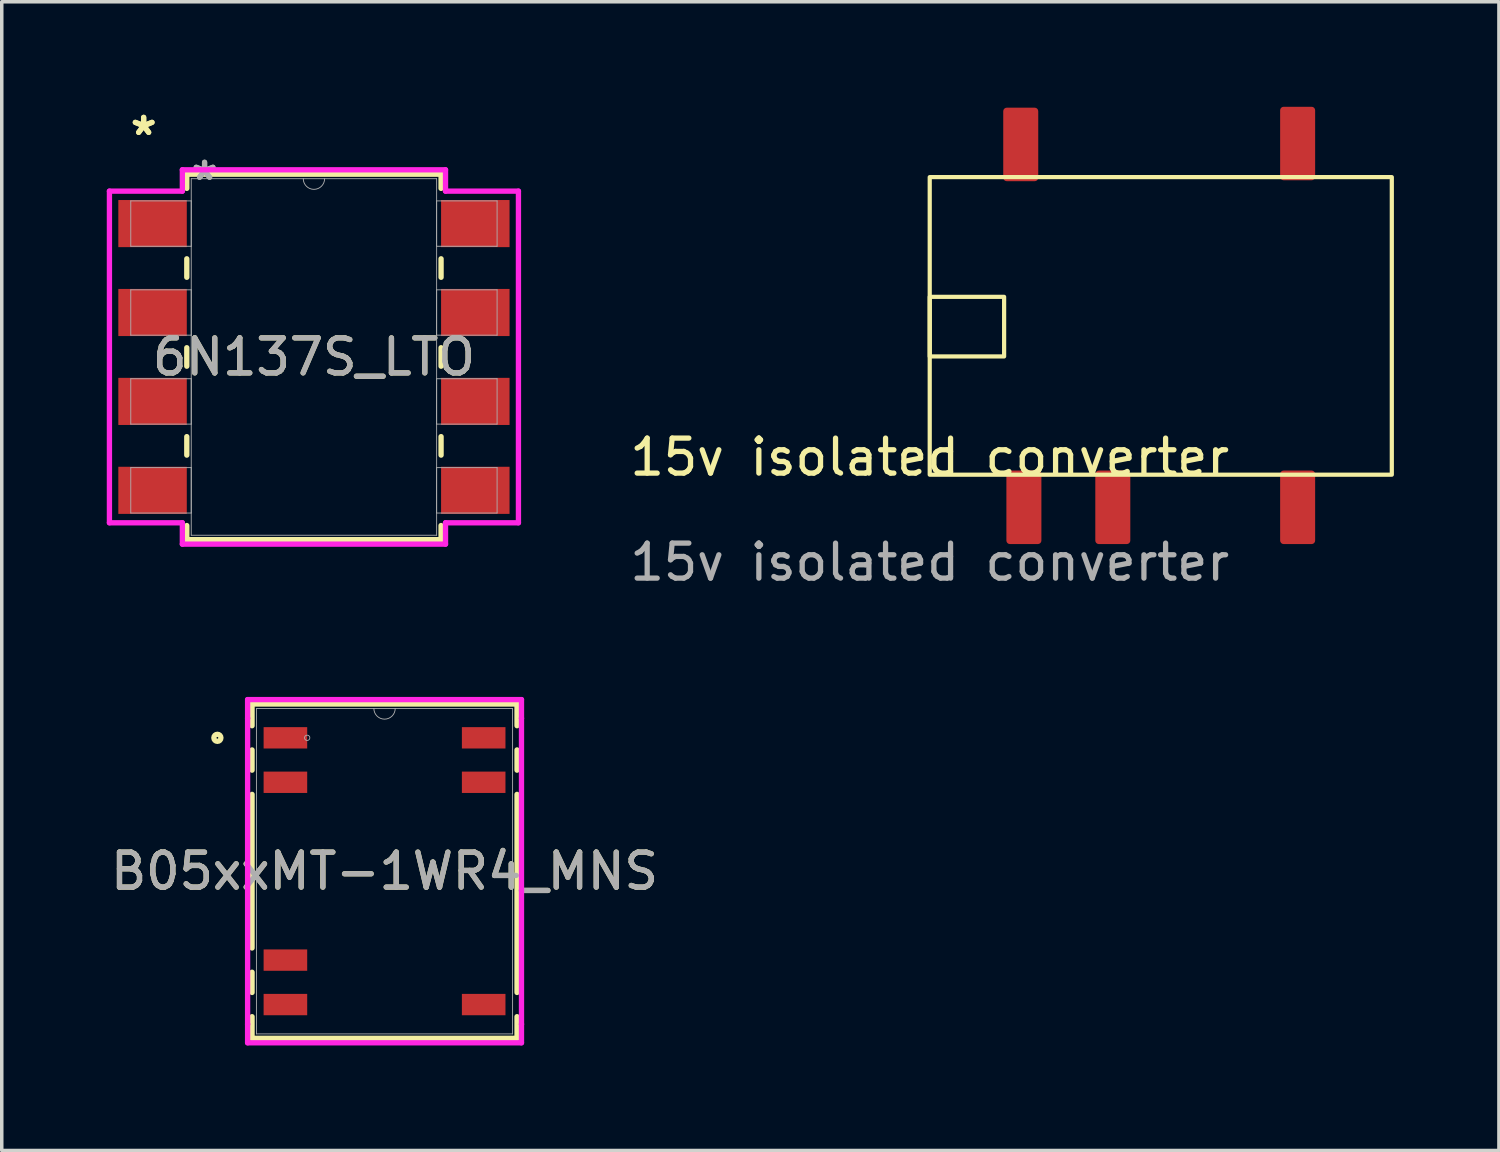
<source format=kicad_pcb>
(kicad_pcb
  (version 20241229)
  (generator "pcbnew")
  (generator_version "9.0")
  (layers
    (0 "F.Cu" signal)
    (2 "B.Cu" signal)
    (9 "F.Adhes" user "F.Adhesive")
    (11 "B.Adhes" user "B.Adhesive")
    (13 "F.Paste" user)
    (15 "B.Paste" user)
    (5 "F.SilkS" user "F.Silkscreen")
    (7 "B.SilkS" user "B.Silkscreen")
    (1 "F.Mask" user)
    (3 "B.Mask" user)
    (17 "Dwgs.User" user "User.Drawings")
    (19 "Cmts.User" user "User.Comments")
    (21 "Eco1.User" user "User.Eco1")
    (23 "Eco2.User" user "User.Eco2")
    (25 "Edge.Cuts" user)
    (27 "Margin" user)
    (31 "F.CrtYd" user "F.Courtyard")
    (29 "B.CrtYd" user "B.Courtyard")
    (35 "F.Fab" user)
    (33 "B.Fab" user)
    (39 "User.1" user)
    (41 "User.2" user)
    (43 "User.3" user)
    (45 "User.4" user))
  (footprint "B05xxMT-1WR4_MNS"
    (layer "F.Cu")
    (at 7.935 21.837)
    (property "Reference" "B05xxMT-1WR4_MNS" (at 0 0 0) (unlocked yes) (layer "F.SilkS") (effects (font (size 1 1) (thickness 0.15))))
    (attr smd)
    (fp_line (start -3.785 -4.775) (end -3.785 -4.156) (stroke (width 0.152) (type solid)) (layer "F.SilkS"))
    (fp_line (start -3.785 -3.464) (end -3.785 -2.886) (stroke (width 0.152) (type solid)) (layer "F.SilkS"))
    (fp_line (start -3.785 -2.194) (end -3.785 2.194) (stroke (width 0.152) (type solid)) (layer "F.SilkS"))
    (fp_line (start -3.785 2.886) (end -3.785 3.464) (stroke (width 0.152) (type solid)) (layer "F.SilkS"))
    (fp_line (start -3.785 4.156) (end -3.785 4.775) (stroke (width 0.152) (type solid)) (layer "F.SilkS"))
    (fp_line (start -3.785 4.775) (end 3.785 4.775) (stroke (width 0.152) (type solid)) (layer "F.SilkS"))
    (fp_line (start 3.785 -4.775) (end -3.785 -4.775) (stroke (width 0.152) (type solid)) (layer "F.SilkS"))
    (fp_line (start 3.785 -4.156) (end 3.785 -4.775) (stroke (width 0.152) (type solid)) (layer "F.SilkS"))
    (fp_line (start 3.785 -2.886) (end 3.785 -3.464) (stroke (width 0.152) (type solid)) (layer "F.SilkS"))
    (fp_line (start 3.785 3.464) (end 3.785 -2.194) (stroke (width 0.152) (type solid)) (layer "F.SilkS"))
    (fp_line (start 3.785 4.775) (end 3.785 4.156) (stroke (width 0.152) (type solid)) (layer "F.SilkS"))
    (fp_circle (center -4.775 -3.81) (end -4.674 -3.81) (stroke (width 0.152) (type solid)) (fill no) (layer "F.SilkS"))
    (fp_line (start -3.912 -4.902) (end 3.912 -4.902) (stroke (width 0.152) (type solid)) (layer "F.CrtYd"))
    (fp_line (start -3.912 -4.369) (end -3.912 -4.902) (stroke (width 0.152) (type solid)) (layer "F.CrtYd"))
    (fp_line (start -3.912 -4.369) (end -3.912 -4.369) (stroke (width 0.152) (type solid)) (layer "F.CrtYd"))
    (fp_line (start -3.912 4.369) (end -3.912 -4.369) (stroke (width 0.152) (type solid)) (layer "F.CrtYd"))
    (fp_line (start -3.912 4.369) (end -3.912 4.369) (stroke (width 0.152) (type solid)) (layer "F.CrtYd"))
    (fp_line (start -3.912 4.902) (end -3.912 4.369) (stroke (width 0.152) (type solid)) (layer "F.CrtYd"))
    (fp_line (start 3.912 -4.902) (end 3.912 -4.369) (stroke (width 0.152) (type solid)) (layer "F.CrtYd"))
    (fp_line (start 3.912 -4.369) (end 3.912 -4.369) (stroke (width 0.152) (type solid)) (layer "F.CrtYd"))
    (fp_line (start 3.912 -4.369) (end 3.912 4.369) (stroke (width 0.152) (type solid)) (layer "F.CrtYd"))
    (fp_line (start 3.912 4.369) (end 3.912 4.369) (stroke (width 0.152) (type solid)) (layer "F.CrtYd"))
    (fp_line (start 3.912 4.369) (end 3.912 4.902) (stroke (width 0.152) (type solid)) (layer "F.CrtYd"))
    (fp_line (start 3.912 4.902) (end -3.912 4.902) (stroke (width 0.152) (type solid)) (layer "F.CrtYd"))
    (fp_line (start -3.658 -4.648) (end -3.658 4.648) (stroke (width 0.025) (type solid)) (layer "F.Fab"))
    (fp_line (start -3.658 4.648) (end 3.658 4.648) (stroke (width 0.025) (type solid)) (layer "F.Fab"))
    (fp_line (start 3.658 -4.648) (end -3.658 -4.648) (stroke (width 0.025) (type solid)) (layer "F.Fab"))
    (fp_line (start 3.658 4.648) (end 3.658 -4.648) (stroke (width 0.025) (type solid)) (layer "F.Fab"))
    (fp_arc (start 0.3048 -4.6482) (mid 0 -4.3434) (end -0.3048 -4.6482) (stroke (width 0.0254) (type solid)) (layer "F.Fab"))
    (fp_circle (center -2.21 -3.81) (end -2.134 -3.81) (stroke (width 0.025) (type solid)) (fill no) (layer "F.Fab"))
    (fp_text user "${REFERENCE}" (at 0 0 0) (unlocked yes) (layer "F.Fab") (effects (font (size 1 1) (thickness 0.15))))
    (pad "1" smd rect (at -2.832 -3.81) (size 1.245 0.61) (layers "F.Cu" "F.Mask" "F.Paste"))
    (pad "2" smd rect (at -2.832 -2.54) (size 1.245 0.61) (layers "F.Cu" "F.Mask" "F.Paste"))
    (pad "6" smd rect (at -2.832 2.54) (size 1.245 0.61) (layers "F.Cu" "F.Mask" "F.Paste"))
    (pad "7" smd rect (at -2.832 3.81) (size 1.245 0.61) (layers "F.Cu" "F.Mask" "F.Paste"))
    (pad "8" smd rect (at 2.832 3.81) (size 1.245 0.61) (layers "F.Cu" "F.Mask" "F.Paste"))
    (pad "13" smd rect (at 2.832 -2.54) (size 1.245 0.61) (layers "F.Cu" "F.Mask" "F.Paste"))
    (pad "14" smd rect (at 2.832 -3.81) (size 1.245 0.61) (layers "F.Cu" "F.Mask" "F.Paste")))
  (footprint "6N137S_LTO"
    (layer "F.Cu")
    (at 5.918 7.147)
    (property "Reference" "6N137S_LTO" (at 0 0 0) (unlocked yes) (layer "F.SilkS") (effects (font (size 1 1) (thickness 0.15))))
    (attr smd)
    (fp_line (start -3.632 -5.22) (end -3.632 -4.816) (stroke (width 0.152) (type solid)) (layer "F.SilkS"))
    (fp_line (start -3.632 -2.804) (end -3.632 -2.276) (stroke (width 0.152) (type solid)) (layer "F.SilkS"))
    (fp_line (start -3.632 -0.264) (end -3.632 0.264) (stroke (width 0.152) (type solid)) (layer "F.SilkS"))
    (fp_line (start -3.632 2.276) (end -3.632 2.804) (stroke (width 0.152) (type solid)) (layer "F.SilkS"))
    (fp_line (start -3.632 4.816) (end -3.632 5.22) (stroke (width 0.152) (type solid)) (layer "F.SilkS"))
    (fp_line (start -3.632 5.22) (end 3.632 5.22) (stroke (width 0.152) (type solid)) (layer "F.SilkS"))
    (fp_line (start 3.632 -5.22) (end -3.632 -5.22) (stroke (width 0.152) (type solid)) (layer "F.SilkS"))
    (fp_line (start 3.632 -4.816) (end 3.632 -5.22) (stroke (width 0.152) (type solid)) (layer "F.SilkS"))
    (fp_line (start 3.632 -2.276) (end 3.632 -2.804) (stroke (width 0.152) (type solid)) (layer "F.SilkS"))
    (fp_line (start 3.632 0.264) (end 3.632 -0.264) (stroke (width 0.152) (type solid)) (layer "F.SilkS"))
    (fp_line (start 3.632 2.804) (end 3.632 2.276) (stroke (width 0.152) (type solid)) (layer "F.SilkS"))
    (fp_line (start 3.632 5.22) (end 3.632 4.816) (stroke (width 0.152) (type solid)) (layer "F.SilkS"))
    (fp_line (start -5.842 -4.737) (end -3.759 -4.737) (stroke (width 0.152) (type solid)) (layer "F.CrtYd"))
    (fp_line (start -5.842 4.737) (end -5.842 -4.737) (stroke (width 0.152) (type solid)) (layer "F.CrtYd"))
    (fp_line (start -5.842 4.737) (end -3.759 4.737) (stroke (width 0.152) (type solid)) (layer "F.CrtYd"))
    (fp_line (start -3.759 -5.347) (end 3.759 -5.347) (stroke (width 0.152) (type solid)) (layer "F.CrtYd"))
    (fp_line (start -3.759 -4.737) (end -3.759 -5.347) (stroke (width 0.152) (type solid)) (layer "F.CrtYd"))
    (fp_line (start -3.759 5.347) (end -3.759 4.737) (stroke (width 0.152) (type solid)) (layer "F.CrtYd"))
    (fp_line (start 3.759 -5.347) (end 3.759 -4.737) (stroke (width 0.152) (type solid)) (layer "F.CrtYd"))
    (fp_line (start 3.759 4.737) (end 3.759 5.347) (stroke (width 0.152) (type solid)) (layer "F.CrtYd"))
    (fp_line (start 3.759 5.347) (end -3.759 5.347) (stroke (width 0.152) (type solid)) (layer "F.CrtYd"))
    (fp_line (start 5.842 -4.737) (end 3.759 -4.737) (stroke (width 0.152) (type solid)) (layer "F.CrtYd"))
    (fp_line (start 5.842 -4.737) (end 5.842 4.737) (stroke (width 0.152) (type solid)) (layer "F.CrtYd"))
    (fp_line (start 5.842 4.737) (end 3.759 4.737) (stroke (width 0.152) (type solid)) (layer "F.CrtYd"))
    (fp_line (start -5.232 -4.458) (end -5.232 -3.162) (stroke (width 0.025) (type solid)) (layer "F.Fab"))
    (fp_line (start -5.232 -3.162) (end -3.505 -3.162) (stroke (width 0.025) (type solid)) (layer "F.Fab"))
    (fp_line (start -5.232 -1.918) (end -5.232 -0.622) (stroke (width 0.025) (type solid)) (layer "F.Fab"))
    (fp_line (start -5.232 -0.622) (end -3.505 -0.622) (stroke (width 0.025) (type solid)) (layer "F.Fab"))
    (fp_line (start -5.232 0.622) (end -5.232 1.918) (stroke (width 0.025) (type solid)) (layer "F.Fab"))
    (fp_line (start -5.232 1.918) (end -3.505 1.918) (stroke (width 0.025) (type solid)) (layer "F.Fab"))
    (fp_line (start -5.232 3.162) (end -5.232 4.458) (stroke (width 0.025) (type solid)) (layer "F.Fab"))
    (fp_line (start -5.232 4.458) (end -3.505 4.458) (stroke (width 0.025) (type solid)) (layer "F.Fab"))
    (fp_line (start -3.505 -5.093) (end -3.505 5.093) (stroke (width 0.025) (type solid)) (layer "F.Fab"))
    (fp_line (start -3.505 -4.458) (end -5.232 -4.458) (stroke (width 0.025) (type solid)) (layer "F.Fab"))
    (fp_line (start -3.505 -3.162) (end -3.505 -4.458) (stroke (width 0.025) (type solid)) (layer "F.Fab"))
    (fp_line (start -3.505 -1.918) (end -5.232 -1.918) (stroke (width 0.025) (type solid)) (layer "F.Fab"))
    (fp_line (start -3.505 -0.622) (end -3.505 -1.918) (stroke (width 0.025) (type solid)) (layer "F.Fab"))
    (fp_line (start -3.505 0.622) (end -5.232 0.622) (stroke (width 0.025) (type solid)) (layer "F.Fab"))
    (fp_line (start -3.505 1.918) (end -3.505 0.622) (stroke (width 0.025) (type solid)) (layer "F.Fab"))
    (fp_line (start -3.505 3.162) (end -5.232 3.162) (stroke (width 0.025) (type solid)) (layer "F.Fab"))
    (fp_line (start -3.505 4.458) (end -3.505 3.162) (stroke (width 0.025) (type solid)) (layer "F.Fab"))
    (fp_line (start -3.505 5.093) (end 3.505 5.093) (stroke (width 0.025) (type solid)) (layer "F.Fab"))
    (fp_line (start 3.505 -5.093) (end -3.505 -5.093) (stroke (width 0.025) (type solid)) (layer "F.Fab"))
    (fp_line (start 3.505 -4.458) (end 3.505 -3.162) (stroke (width 0.025) (type solid)) (layer "F.Fab"))
    (fp_line (start 3.505 -3.162) (end 5.232 -3.162) (stroke (width 0.025) (type solid)) (layer "F.Fab"))
    (fp_line (start 3.505 -1.918) (end 3.505 -0.622) (stroke (width 0.025) (type solid)) (layer "F.Fab"))
    (fp_line (start 3.505 -0.622) (end 5.232 -0.622) (stroke (width 0.025) (type solid)) (layer "F.Fab"))
    (fp_line (start 3.505 0.622) (end 3.505 1.918) (stroke (width 0.025) (type solid)) (layer "F.Fab"))
    (fp_line (start 3.505 1.918) (end 5.232 1.918) (stroke (width 0.025) (type solid)) (layer "F.Fab"))
    (fp_line (start 3.505 3.162) (end 3.505 4.458) (stroke (width 0.025) (type solid)) (layer "F.Fab"))
    (fp_line (start 3.505 4.458) (end 5.232 4.458) (stroke (width 0.025) (type solid)) (layer "F.Fab"))
    (fp_line (start 3.505 5.093) (end 3.505 -5.093) (stroke (width 0.025) (type solid)) (layer "F.Fab"))
    (fp_line (start 5.232 -4.458) (end 3.505 -4.458) (stroke (width 0.025) (type solid)) (layer "F.Fab"))
    (fp_line (start 5.232 -3.162) (end 5.232 -4.458) (stroke (width 0.025) (type solid)) (layer "F.Fab"))
    (fp_line (start 5.232 -1.918) (end 3.505 -1.918) (stroke (width 0.025) (type solid)) (layer "F.Fab"))
    (fp_line (start 5.232 -0.622) (end 5.232 -1.918) (stroke (width 0.025) (type solid)) (layer "F.Fab"))
    (fp_line (start 5.232 0.622) (end 3.505 0.622) (stroke (width 0.025) (type solid)) (layer "F.Fab"))
    (fp_line (start 5.232 1.918) (end 5.232 0.622) (stroke (width 0.025) (type solid)) (layer "F.Fab"))
    (fp_line (start 5.232 3.162) (end 3.505 3.162) (stroke (width 0.025) (type solid)) (layer "F.Fab"))
    (fp_line (start 5.232 4.458) (end 5.232 3.162) (stroke (width 0.025) (type solid)) (layer "F.Fab"))
    (fp_arc (start 0.3048 -5.0927) (mid 0 -4.7879) (end -0.3048 -5.0927) (stroke (width 0.0254) (type solid)) (layer "F.Fab"))
    (fp_text user "*" (at -4.864 -6.299 0) (unlocked yes) (layer "F.SilkS") (effects (font (size 1 1) (thickness 0.15))))
    (fp_text user "*" (at -4.864 -6.299 0) (layer "F.SilkS") (effects (font (size 1 1) (thickness 0.15))))
    (fp_text user "${REFERENCE}" (at 0 0 0) (unlocked yes) (layer "F.Fab") (effects (font (size 1 1) (thickness 0.15))))
    (fp_text user "*" (at -3.124 -5.016 0) (layer "F.Fab") (effects (font (size 1 1) (thickness 0.15))))
    (fp_text user "*" (at -3.124 -5.016 0) (unlocked yes) (layer "F.Fab") (effects (font (size 1 1) (thickness 0.15))))
    (pad "1" smd rect (at -4.61 -3.81) (size 1.956 1.346) (layers "F.Cu" "F.Mask" "F.Paste"))
    (pad "2" smd rect (at -4.61 -1.27) (size 1.956 1.346) (layers "F.Cu" "F.Mask" "F.Paste"))
    (pad "3" smd rect (at -4.61 1.27) (size 1.956 1.346) (layers "F.Cu" "F.Mask" "F.Paste"))
    (pad "4" smd rect (at -4.61 3.81) (size 1.956 1.346) (layers "F.Cu" "F.Mask" "F.Paste"))
    (pad "5" smd rect (at 4.61 3.81) (size 1.956 1.346) (layers "F.Cu" "F.Mask" "F.Paste"))
    (pad "6" smd rect (at 4.61 1.27) (size 1.956 1.346) (layers "F.Cu" "F.Mask" "F.Paste"))
    (pad "7" smd rect (at 4.61 -1.27) (size 1.956 1.346) (layers "F.Cu" "F.Mask" "F.Paste"))
    (pad "8" smd rect (at 4.61 -3.81) (size 1.956 1.346) (layers "F.Cu" "F.Mask" "F.Paste")))
  (footprint "15v isolated converter"
    (layer "F.Cu")
    (at 23.509 10.51)
    (property "Reference" "15v isolated converter" (at 0 -0.5 0) (unlocked yes) (layer "F.SilkS") (effects (font (size 1 1) (thickness 0.15))))
    (attr smd)
    (fp_rect (start 0 -5.08) (end 2.125 -3.378) (stroke (width 0.12) (type solid)) (fill no) (layer "F.SilkS"))
    (fp_rect (start 0 0) (end 13.2 -8.5) (stroke (width 0.12) (type solid)) (fill no) (layer "F.SilkS"))
    (fp_text user "${REFERENCE}" (at 0 2.5 0) (unlocked yes) (layer "F.Fab") (effects (font (size 1 1) (thickness 0.15))))
    (pad "1" smd roundrect (at 2.69 0.932 90) (size 2.1 1) (layers "F.Cu" "F.Mask" "F.Paste") (roundrect_rratio 0.1))
    (pad "2" smd roundrect (at 5.23 0.932 90) (size 2.1 1) (layers "F.Cu" "F.Mask" "F.Paste") (roundrect_rratio 0.1))
    (pad "4" smd roundrect (at 10.51 0.932 90) (size 2.1 1) (layers "F.Cu" "F.Mask" "F.Paste") (roundrect_rratio 0.1))
    (pad "5" smd roundrect (at 10.51 -9.46 90) (size 2.1 1) (layers "F.Cu" "F.Mask" "F.Paste") (roundrect_rratio 0.1))
    (pad "8" smd roundrect (at 2.6 -9.434 90) (size 2.1 1) (layers "F.Cu" "F.Mask" "F.Paste") (roundrect_rratio 0.1)))
  (gr_rect
    (start -3 -3)
    (end 39.769 29.815)
    (stroke (width 0.1) (type default))
    (fill no)
    (layer "Edge.Cuts")))
</source>
